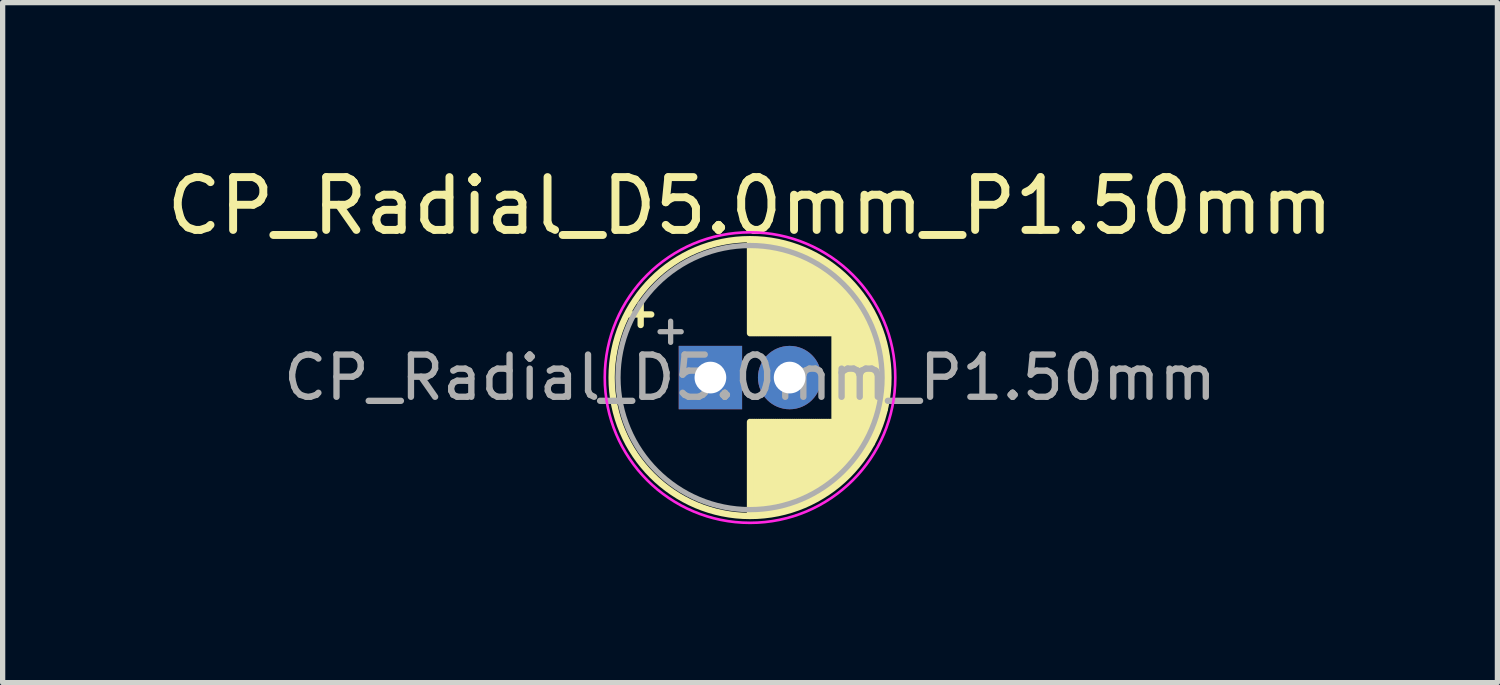
<source format=kicad_pcb>
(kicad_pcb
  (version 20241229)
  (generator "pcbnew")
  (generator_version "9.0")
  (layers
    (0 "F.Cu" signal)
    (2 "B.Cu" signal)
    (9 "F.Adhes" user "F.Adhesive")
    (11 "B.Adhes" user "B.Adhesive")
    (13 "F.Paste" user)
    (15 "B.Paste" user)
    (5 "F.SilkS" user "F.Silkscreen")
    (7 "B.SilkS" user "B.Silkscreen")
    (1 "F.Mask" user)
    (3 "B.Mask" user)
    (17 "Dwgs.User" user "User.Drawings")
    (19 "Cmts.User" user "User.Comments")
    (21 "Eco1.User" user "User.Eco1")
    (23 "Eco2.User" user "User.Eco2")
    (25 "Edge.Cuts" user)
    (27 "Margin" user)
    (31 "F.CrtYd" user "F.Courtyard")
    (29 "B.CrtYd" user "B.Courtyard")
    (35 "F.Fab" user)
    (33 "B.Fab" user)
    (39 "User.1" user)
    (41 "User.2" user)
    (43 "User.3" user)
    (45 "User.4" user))
  (footprint "CP_Radial_D5.0mm_P1.50mm"
    (layer "F.Cu")
    (at 10.399 4.098)
    (property "Reference" "CP_Radial_D5.0mm_P1.50mm" (at 0.75 -3.25 0) (layer "F.SilkS") (effects (font (size 1 1) (thickness 0.15))))
    (attr through_hole)
    (fp_line (start -1.52 -1.195) (end -1.12 -1.195) (stroke (width 0.12) (type solid)) (layer "F.SilkS"))
    (fp_line (start -1.32 -1.395) (end -1.32 -0.995) (stroke (width 0.12) (type solid)) (layer "F.SilkS"))
    (fp_line (start 0.75 -2.6) (end 0.75 -0.84) (stroke (width 0.12) (type solid)) (layer "F.SilkS"))
    (fp_line (start 0.75 0.84) (end 0.75 2.6) (stroke (width 0.12) (type solid)) (layer "F.SilkS"))
    (fp_line (start 0.79 -2.6) (end 0.79 -0.84) (stroke (width 0.12) (type solid)) (layer "F.SilkS"))
    (fp_line (start 0.79 0.84) (end 0.79 2.6) (stroke (width 0.12) (type solid)) (layer "F.SilkS"))
    (fp_line (start 0.83 -2.6) (end 0.83 -0.84) (stroke (width 0.12) (type solid)) (layer "F.SilkS"))
    (fp_line (start 0.83 0.84) (end 0.83 2.6) (stroke (width 0.12) (type solid)) (layer "F.SilkS"))
    (fp_line (start 0.87 -2.6) (end 0.87 -0.84) (stroke (width 0.12) (type solid)) (layer "F.SilkS"))
    (fp_line (start 0.87 0.84) (end 0.87 2.55) (stroke (width 0.12) (type solid)) (layer "F.SilkS"))
    (fp_line (start 0.91 -2.6) (end 0.91 -0.84) (stroke (width 0.12) (type solid)) (layer "F.SilkS"))
    (fp_line (start 0.91 0.84) (end 0.91 2.55) (stroke (width 0.12) (type solid)) (layer "F.SilkS"))
    (fp_line (start 0.95 -2.55) (end 0.95 -0.84) (stroke (width 0.12) (type solid)) (layer "F.SilkS"))
    (fp_line (start 0.95 0.84) (end 0.95 2.6) (stroke (width 0.12) (type solid)) (layer "F.SilkS"))
    (fp_line (start 0.99 -2.55) (end 0.99 -0.84) (stroke (width 0.12) (type solid)) (layer "F.SilkS"))
    (fp_line (start 0.99 0.84) (end 0.99 2.55) (stroke (width 0.12) (type solid)) (layer "F.SilkS"))
    (fp_line (start 1.03 -2.55) (end 1.03 -0.84) (stroke (width 0.12) (type solid)) (layer "F.SilkS"))
    (fp_line (start 1.03 0.84) (end 1.03 2.55) (stroke (width 0.12) (type solid)) (layer "F.SilkS"))
    (fp_line (start 1.07 -2.55) (end 1.07 -0.84) (stroke (width 0.12) (type solid)) (layer "F.SilkS"))
    (fp_line (start 1.07 0.84) (end 1.07 2.55) (stroke (width 0.12) (type solid)) (layer "F.SilkS"))
    (fp_line (start 1.11 -2.55) (end 1.11 -0.84) (stroke (width 0.12) (type solid)) (layer "F.SilkS"))
    (fp_line (start 1.11 0.84) (end 1.11 2.55) (stroke (width 0.12) (type solid)) (layer "F.SilkS"))
    (fp_line (start 1.15 -2.55) (end 1.15 -0.84) (stroke (width 0.12) (type solid)) (layer "F.SilkS"))
    (fp_line (start 1.15 0.84) (end 1.15 2.55) (stroke (width 0.12) (type solid)) (layer "F.SilkS"))
    (fp_line (start 1.19 -2.55) (end 1.19 -0.84) (stroke (width 0.12) (type solid)) (layer "F.SilkS"))
    (fp_line (start 1.19 0.84) (end 1.19 2.55) (stroke (width 0.12) (type solid)) (layer "F.SilkS"))
    (fp_line (start 1.23 -2.55) (end 1.23 -0.84) (stroke (width 0.12) (type solid)) (layer "F.SilkS"))
    (fp_line (start 1.23 0.84) (end 1.23 2.55) (stroke (width 0.12) (type solid)) (layer "F.SilkS"))
    (fp_line (start 1.27 -2.55) (end 1.27 -0.84) (stroke (width 0.12) (type solid)) (layer "F.SilkS"))
    (fp_line (start 1.27 0.84) (end 1.27 2.5) (stroke (width 0.12) (type solid)) (layer "F.SilkS"))
    (fp_line (start 1.31 -2.5) (end 1.31 -0.84) (stroke (width 0.12) (type solid)) (layer "F.SilkS"))
    (fp_line (start 1.31 0.84) (end 1.31 2.5) (stroke (width 0.12) (type solid)) (layer "F.SilkS"))
    (fp_line (start 1.35 -2.5) (end 1.35 -0.84) (stroke (width 0.12) (type solid)) (layer "F.SilkS"))
    (fp_line (start 1.35 0.84) (end 1.35 2.5) (stroke (width 0.12) (type solid)) (layer "F.SilkS"))
    (fp_line (start 1.39 -2.5) (end 1.39 -0.84) (stroke (width 0.12) (type solid)) (layer "F.SilkS"))
    (fp_line (start 1.39 0.84) (end 1.39 2.5) (stroke (width 0.12) (type solid)) (layer "F.SilkS"))
    (fp_line (start 1.43 -2.5) (end 1.43 -0.84) (stroke (width 0.12) (type solid)) (layer "F.SilkS"))
    (fp_line (start 1.43 0.84) (end 1.43 2.45) (stroke (width 0.12) (type solid)) (layer "F.SilkS"))
    (fp_line (start 1.47 -2.5) (end 1.47 -0.84) (stroke (width 0.12) (type solid)) (layer "F.SilkS"))
    (fp_line (start 1.47 0.84) (end 1.47 2.45) (stroke (width 0.12) (type solid)) (layer "F.SilkS"))
    (fp_line (start 1.51 -2.45) (end 1.51 -0.84) (stroke (width 0.12) (type solid)) (layer "F.SilkS"))
    (fp_line (start 1.51 0.84) (end 1.51 2.45) (stroke (width 0.12) (type solid)) (layer "F.SilkS"))
    (fp_line (start 1.55 -2.45) (end 1.55 -0.84) (stroke (width 0.12) (type solid)) (layer "F.SilkS"))
    (fp_line (start 1.55 0.84) (end 1.55 2.45) (stroke (width 0.12) (type solid)) (layer "F.SilkS"))
    (fp_line (start 1.59 -2.45) (end 1.59 -0.84) (stroke (width 0.12) (type solid)) (layer "F.SilkS"))
    (fp_line (start 1.59 0.84) (end 1.59 2.4) (stroke (width 0.12) (type solid)) (layer "F.SilkS"))
    (fp_line (start 1.63 -2.4) (end 1.63 -0.84) (stroke (width 0.12) (type solid)) (layer "F.SilkS"))
    (fp_line (start 1.63 0.84) (end 1.63 2.4) (stroke (width 0.12) (type solid)) (layer "F.SilkS"))
    (fp_line (start 1.67 -2.4) (end 1.67 -0.84) (stroke (width 0.12) (type solid)) (layer "F.SilkS"))
    (fp_line (start 1.67 0.84) (end 1.67 2.4) (stroke (width 0.12) (type solid)) (layer "F.SilkS"))
    (fp_line (start 1.71 -2.4) (end 1.71 -0.84) (stroke (width 0.12) (type solid)) (layer "F.SilkS"))
    (fp_line (start 1.71 0.84) (end 1.71 2.35) (stroke (width 0.12) (type solid)) (layer "F.SilkS"))
    (fp_line (start 1.75 -2.4) (end 1.75 -0.84) (stroke (width 0.12) (type solid)) (layer "F.SilkS"))
    (fp_line (start 1.75 0.84) (end 1.75 2.35) (stroke (width 0.12) (type solid)) (layer "F.SilkS"))
    (fp_line (start 1.79 -2.35) (end 1.79 -0.84) (stroke (width 0.12) (type solid)) (layer "F.SilkS"))
    (fp_line (start 1.79 0.84) (end 1.79 2.35) (stroke (width 0.12) (type solid)) (layer "F.SilkS"))
    (fp_line (start 1.83 -2.35) (end 1.83 -0.84) (stroke (width 0.12) (type solid)) (layer "F.SilkS"))
    (fp_line (start 1.83 0.84) (end 1.83 2.3) (stroke (width 0.12) (type solid)) (layer "F.SilkS"))
    (fp_line (start 1.87 -2.35) (end 1.87 -0.84) (stroke (width 0.12) (type solid)) (layer "F.SilkS"))
    (fp_line (start 1.87 0.84) (end 1.87 2.3) (stroke (width 0.12) (type solid)) (layer "F.SilkS"))
    (fp_line (start 1.91 -2.3) (end 1.91 -0.84) (stroke (width 0.12) (type solid)) (layer "F.SilkS"))
    (fp_line (start 1.91 0.84) (end 1.91 2.3) (stroke (width 0.12) (type solid)) (layer "F.SilkS"))
    (fp_line (start 1.95 -2.25) (end 1.95 -0.84) (stroke (width 0.12) (type solid)) (layer "F.SilkS"))
    (fp_line (start 1.95 0.84) (end 1.95 2.25) (stroke (width 0.12) (type solid)) (layer "F.SilkS"))
    (fp_line (start 1.99 -2.25) (end 1.99 -0.84) (stroke (width 0.12) (type solid)) (layer "F.SilkS"))
    (fp_line (start 1.99 0.84) (end 1.99 2.25) (stroke (width 0.12) (type solid)) (layer "F.SilkS"))
    (fp_line (start 2.03 -2.25) (end 2.03 -0.84) (stroke (width 0.12) (type solid)) (layer "F.SilkS"))
    (fp_line (start 2.03 0.84) (end 2.03 2.25) (stroke (width 0.12) (type solid)) (layer "F.SilkS"))
    (fp_line (start 2.07 -2.2) (end 2.07 -0.84) (stroke (width 0.12) (type solid)) (layer "F.SilkS"))
    (fp_line (start 2.07 0.84) (end 2.07 2.2) (stroke (width 0.12) (type solid)) (layer "F.SilkS"))
    (fp_line (start 2.11 -2.2) (end 2.11 -0.84) (stroke (width 0.12) (type solid)) (layer "F.SilkS"))
    (fp_line (start 2.11 0.84) (end 2.11 2.15) (stroke (width 0.12) (type solid)) (layer "F.SilkS"))
    (fp_line (start 2.15 -2.2) (end 2.15 -0.84) (stroke (width 0.12) (type solid)) (layer "F.SilkS"))
    (fp_line (start 2.15 0.84) (end 2.15 2.15) (stroke (width 0.12) (type solid)) (layer "F.SilkS"))
    (fp_line (start 2.19 -2.15) (end 2.19 -0.84) (stroke (width 0.12) (type solid)) (layer "F.SilkS"))
    (fp_line (start 2.19 0.84) (end 2.19 2.1) (stroke (width 0.12) (type solid)) (layer "F.SilkS"))
    (fp_line (start 2.23 -2.1) (end 2.23 -0.84) (stroke (width 0.12) (type solid)) (layer "F.SilkS"))
    (fp_line (start 2.23 0.84) (end 2.23 2.1) (stroke (width 0.12) (type solid)) (layer "F.SilkS"))
    (fp_line (start 2.27 -2.1) (end 2.27 -0.84) (stroke (width 0.12) (type solid)) (layer "F.SilkS"))
    (fp_line (start 2.27 0.84) (end 2.27 2.05) (stroke (width 0.12) (type solid)) (layer "F.SilkS"))
    (fp_line (start 2.31 -2.05) (end 2.31 -0.84) (stroke (width 0.12) (type solid)) (layer "F.SilkS"))
    (fp_line (start 2.31 0.84) (end 2.31 2.05) (stroke (width 0.12) (type solid)) (layer "F.SilkS"))
    (fp_line (start 2.35 -2) (end 2.35 2) (stroke (width 0.12) (type solid)) (layer "F.SilkS"))
    (fp_line (start 2.39 -1.95) (end 2.39 1.95) (stroke (width 0.12) (type solid)) (layer "F.SilkS"))
    (fp_line (start 2.43 -1.95) (end 2.43 1.9) (stroke (width 0.12) (type solid)) (layer "F.SilkS"))
    (fp_line (start 2.47 -1.9) (end 2.47 1.9) (stroke (width 0.12) (type solid)) (layer "F.SilkS"))
    (fp_line (start 2.51 -1.85) (end 2.51 1.85) (stroke (width 0.12) (type solid)) (layer "F.SilkS"))
    (fp_line (start 2.55 -1.85) (end 2.55 1.8) (stroke (width 0.12) (type solid)) (layer "F.SilkS"))
    (fp_line (start 2.59 -1.8) (end 2.59 1.75) (stroke (width 0.12) (type solid)) (layer "F.SilkS"))
    (fp_line (start 2.63 -1.75) (end 2.63 1.7) (stroke (width 0.12) (type solid)) (layer "F.SilkS"))
    (fp_line (start 2.67 -1.7) (end 2.67 1.65) (stroke (width 0.12) (type solid)) (layer "F.SilkS"))
    (fp_line (start 2.71 -1.65) (end 2.71 1.6) (stroke (width 0.12) (type solid)) (layer "F.SilkS"))
    (fp_line (start 2.75 -1.55) (end 2.75 1.6) (stroke (width 0.12) (type solid)) (layer "F.SilkS"))
    (fp_line (start 2.79 -1.5) (end 2.79 1.55) (stroke (width 0.12) (type solid)) (layer "F.SilkS"))
    (fp_line (start 2.83 -1.55) (end 2.83 1.45) (stroke (width 0.12) (type solid)) (layer "F.SilkS"))
    (fp_line (start 2.9 -1.45) (end 2.9 1.45) (stroke (width 0.12) (type solid)) (layer "F.SilkS"))
    (fp_line (start 2.95 -1.35) (end 2.95 1.4) (stroke (width 0.12) (type solid)) (layer "F.SilkS"))
    (fp_line (start 3 -1.3) (end 3 1.3) (stroke (width 0.12) (type solid)) (layer "F.SilkS"))
    (fp_line (start 3.05 -1.2) (end 3.05 1.25) (stroke (width 0.12) (type solid)) (layer "F.SilkS"))
    (fp_line (start 3.1 -1.1) (end 3.1 1.1) (stroke (width 0.12) (type solid)) (layer "F.SilkS"))
    (fp_line (start 3.15 -1) (end 3.15 0.95) (stroke (width 0.12) (type solid)) (layer "F.SilkS"))
    (fp_line (start 3.2 -0.85) (end 3.2 0.85) (stroke (width 0.12) (type solid)) (layer "F.SilkS"))
    (fp_line (start 3.25 -0.75) (end 3.25 0.7) (stroke (width 0.12) (type solid)) (layer "F.SilkS"))
    (fp_line (start 3.3 -0.5) (end 3.3 0.6) (stroke (width 0.12) (type solid)) (layer "F.SilkS"))
    (fp_circle (center 0.75 0) (end 3.37 0) (stroke (width 0.12) (type solid)) (fill no) (layer "F.SilkS"))
    (fp_circle (center 0.75 0) (end 3.5 0) (stroke (width 0.05) (type solid)) (fill no) (layer "F.CrtYd"))
    (fp_line (start -0.953 -0.868) (end -0.553 -0.868) (stroke (width 0.1) (type solid)) (layer "F.Fab"))
    (fp_line (start -0.753 -1.067) (end -0.753 -0.667) (stroke (width 0.1) (type solid)) (layer "F.Fab"))
    (fp_circle (center 0.75 0) (end 3.25 0) (stroke (width 0.1) (type solid)) (fill no) (layer "F.Fab"))
    (fp_text user "${REFERENCE}" (at 0.75 0 0) (layer "F.Fab") (effects (font (size 0.8 0.8) (thickness 0.12))))
    (pad "1" thru_hole rect (at 0 0) (size 1.2 1.2) (drill 0.6) (layers "*.Cu" "*.Mask"))
    (pad "2" thru_hole circle (at 1.5 0) (size 1.2 1.2) (drill 0.6) (layers "*.Cu" "*.Mask")))
  (gr_rect
    (start -3 -3)
    (end 25.298 9.873)
    (stroke (width 0.1) (type default))
    (fill no)
    (layer "Edge.Cuts")))
</source>
